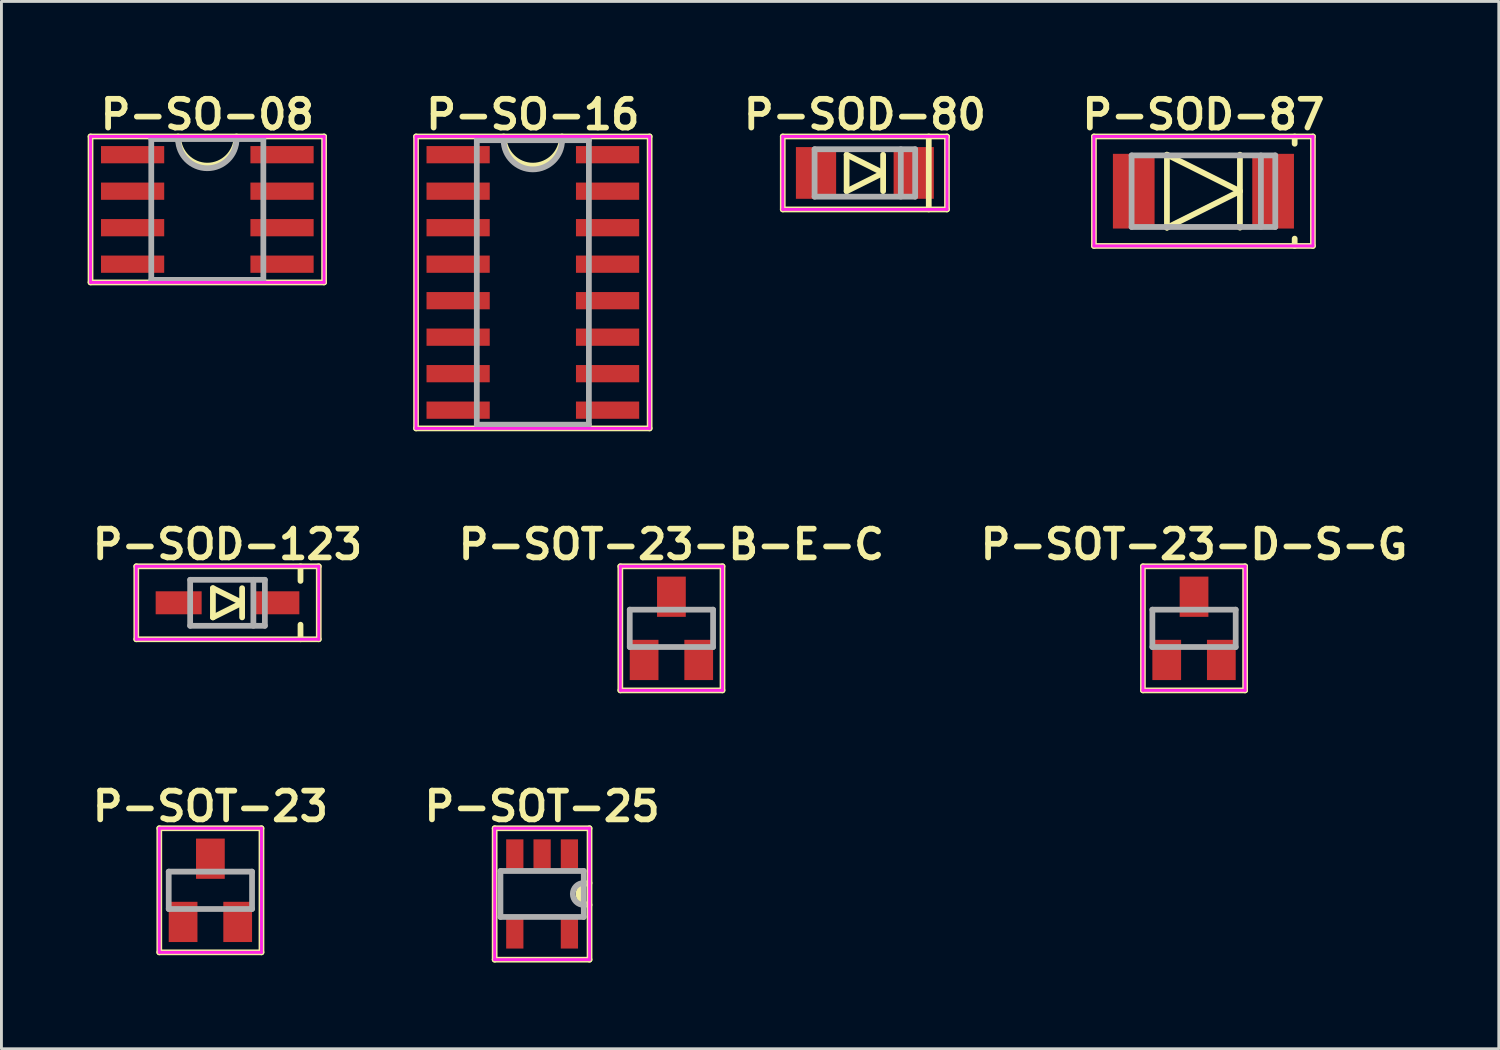
<source format=kicad_pcb>
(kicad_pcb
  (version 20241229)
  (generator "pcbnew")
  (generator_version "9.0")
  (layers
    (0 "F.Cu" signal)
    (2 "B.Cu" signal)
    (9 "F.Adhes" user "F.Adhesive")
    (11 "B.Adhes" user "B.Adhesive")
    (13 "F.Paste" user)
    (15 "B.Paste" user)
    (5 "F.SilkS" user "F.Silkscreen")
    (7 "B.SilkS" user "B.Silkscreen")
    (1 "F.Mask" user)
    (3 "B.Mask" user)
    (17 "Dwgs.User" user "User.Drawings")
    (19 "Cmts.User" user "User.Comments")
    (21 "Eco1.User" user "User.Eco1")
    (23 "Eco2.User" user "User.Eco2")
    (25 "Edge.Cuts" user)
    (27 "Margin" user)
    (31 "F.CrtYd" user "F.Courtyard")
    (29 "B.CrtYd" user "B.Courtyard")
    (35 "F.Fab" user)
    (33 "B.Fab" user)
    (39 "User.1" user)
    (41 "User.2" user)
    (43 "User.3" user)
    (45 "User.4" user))
  (footprint "P-SOT-23"
    (layer "F.Cu")
    (at 4.271 27.931)
    (property "Reference" "P-SOT-23" (at 0 -2.921 0) (layer "F.SilkS") (effects (font (size 1 1) (thickness 0.2))))
    (attr through_hole)
    (fp_line (start -1.778 2.159) (end -1.778 -2.159) (stroke (width 0.2) (type solid)) (layer "F.SilkS"))
    (fp_line (start -1.778 2.159) (end 1.778 2.159) (stroke (width 0.2) (type solid)) (layer "F.SilkS"))
    (fp_line (start 1.778 -2.159) (end -1.778 -2.159) (stroke (width 0.2) (type solid)) (layer "F.SilkS"))
    (fp_line (start 1.778 -2.159) (end 1.778 2.159) (stroke (width 0.2) (type solid)) (layer "F.SilkS"))
    (fp_line (start -1.778 -2.159) (end 1.778 -2.159) (stroke (width 0.1) (type solid)) (layer "F.CrtYd"))
    (fp_line (start -1.778 2.159) (end -1.778 -2.159) (stroke (width 0.1) (type solid)) (layer "F.CrtYd"))
    (fp_line (start 1.778 -2.159) (end 1.778 2.159) (stroke (width 0.1) (type solid)) (layer "F.CrtYd"))
    (fp_line (start 1.778 2.159) (end -1.778 2.159) (stroke (width 0.1) (type solid)) (layer "F.CrtYd"))
    (fp_line (start -1.45 -0.65) (end -1.45 0.65) (stroke (width 0.2) (type solid)) (layer "F.Fab"))
    (fp_line (start -1.45 -0.65) (end 1.45 -0.65) (stroke (width 0.2) (type solid)) (layer "F.Fab"))
    (fp_line (start -1.45 0.65) (end 1.45 0.65) (stroke (width 0.2) (type solid)) (layer "F.Fab"))
    (fp_line (start 1.45 -0.65) (end 1.45 0.65) (stroke (width 0.2) (type solid)) (layer "F.Fab"))
    (pad "B" smd rect (at -0.95 1.1) (size 1 1.4) (layers "F.Cu" "F.Mask"))
    (pad "C" smd rect (at 0 -1.1) (size 1 1.4) (layers "F.Cu" "F.Mask"))
    (pad "E" smd rect (at 0.95 1.1) (size 1 1.4) (layers "F.Cu" "F.Mask")))
  (footprint "P-SO-16"
    (layer "F.Cu")
    (at 15.492 6.778)
    (property "Reference" "P-SO-16" (at 0 -5.842 0) (layer "F.SilkS") (effects (font (size 1 1) (thickness 0.2))))
    (attr through_hole)
    (fp_line (start -4.064 -5.08) (end -4.064 5.08) (stroke (width 0.2) (type solid)) (layer "F.SilkS"))
    (fp_line (start -4.064 -5.08) (end 4.064 -5.08) (stroke (width 0.2) (type solid)) (layer "F.SilkS"))
    (fp_line (start 4.064 -5.08) (end 4.064 5.08) (stroke (width 0.2) (type solid)) (layer "F.SilkS"))
    (fp_line (start 4.064 5.08) (end -4.064 5.08) (stroke (width 0.2) (type solid)) (layer "F.SilkS"))
    (fp_arc (start 1.016 -5.08) (mid 0 -4.064) (end -1.016 -5.08) (stroke (width 0.2) (type solid)) (layer "F.SilkS"))
    (fp_line (start -4.064 -5.08) (end -4.064 5.08) (stroke (width 0.1) (type solid)) (layer "F.CrtYd"))
    (fp_line (start -4.064 -5.08) (end 4.064 -5.08) (stroke (width 0.1) (type solid)) (layer "F.CrtYd"))
    (fp_line (start -4.064 5.08) (end 4.064 5.08) (stroke (width 0.1) (type solid)) (layer "F.CrtYd"))
    (fp_line (start 4.064 -5.08) (end 4.064 5.08) (stroke (width 0.1) (type solid)) (layer "F.CrtYd"))
    (fp_line (start -1.95 -4.95) (end -1.95 4.95) (stroke (width 0.2) (type solid)) (layer "F.Fab"))
    (fp_line (start -1.95 -4.95) (end 1.95 -4.95) (stroke (width 0.2) (type solid)) (layer "F.Fab"))
    (fp_line (start -1.95 4.95) (end 1.95 4.95) (stroke (width 0.2) (type solid)) (layer "F.Fab"))
    (fp_line (start 1.95 -4.95) (end 1.95 4.95) (stroke (width 0.2) (type solid)) (layer "F.Fab"))
    (fp_arc (start 1.016 -4.95) (mid 0 -3.934) (end -1.016 -4.95) (stroke (width 0.2) (type solid)) (layer "F.Fab"))
    (pad "1" smd rect (at -2.6 -4.445) (size 2.2 0.6) (layers "F.Cu" "F.Mask"))
    (pad "2" smd rect (at -2.6 -3.175) (size 2.2 0.6) (layers "F.Cu" "F.Mask"))
    (pad "3" smd rect (at -2.6 -1.905) (size 2.2 0.6) (layers "F.Cu" "F.Mask"))
    (pad "4" smd rect (at -2.6 -0.635) (size 2.2 0.6) (layers "F.Cu" "F.Mask"))
    (pad "5" smd rect (at -2.6 0.635) (size 2.2 0.6) (layers "F.Cu" "F.Mask"))
    (pad "6" smd rect (at -2.6 1.905) (size 2.2 0.6) (layers "F.Cu" "F.Mask"))
    (pad "7" smd rect (at -2.6 3.175) (size 2.2 0.6) (layers "F.Cu" "F.Mask"))
    (pad "8" smd rect (at -2.6 4.445) (size 2.2 0.6) (layers "F.Cu" "F.Mask"))
    (pad "9" smd rect (at 2.6 4.445) (size 2.2 0.6) (layers "F.Cu" "F.Mask"))
    (pad "10" smd rect (at 2.6 3.175) (size 2.2 0.6) (layers "F.Cu" "F.Mask"))
    (pad "11" smd rect (at 2.6 1.905) (size 2.2 0.6) (layers "F.Cu" "F.Mask"))
    (pad "12" smd rect (at 2.6 0.635) (size 2.2 0.6) (layers "F.Cu" "F.Mask"))
    (pad "13" smd rect (at 2.6 -0.635) (size 2.2 0.6) (layers "F.Cu" "F.Mask"))
    (pad "14" smd rect (at 2.6 -1.905) (size 2.2 0.6) (layers "F.Cu" "F.Mask"))
    (pad "15" smd rect (at 2.6 -3.175) (size 2.2 0.6) (layers "F.Cu" "F.Mask"))
    (pad "16" smd rect (at 2.6 -4.445) (size 2.2 0.6) (layers "F.Cu" "F.Mask")))
  (footprint "P-SOT-23-D-S-G"
    (layer "F.Cu")
    (at 38.5 18.815)
    (property "Reference" "P-SOT-23-D-S-G" (at 0 -2.921 0) (layer "F.SilkS") (effects (font (size 1 1) (thickness 0.2))))
    (attr through_hole)
    (fp_line (start -1.778 2.159) (end -1.778 -2.159) (stroke (width 0.2) (type solid)) (layer "F.SilkS"))
    (fp_line (start -1.778 2.159) (end 1.778 2.159) (stroke (width 0.2) (type solid)) (layer "F.SilkS"))
    (fp_line (start 1.778 -2.159) (end -1.778 -2.159) (stroke (width 0.2) (type solid)) (layer "F.SilkS"))
    (fp_line (start 1.778 -2.159) (end 1.778 2.159) (stroke (width 0.2) (type solid)) (layer "F.SilkS"))
    (fp_line (start -1.778 -2.159) (end 1.778 -2.159) (stroke (width 0.1) (type solid)) (layer "F.CrtYd"))
    (fp_line (start -1.778 2.159) (end -1.778 -2.159) (stroke (width 0.1) (type solid)) (layer "F.CrtYd"))
    (fp_line (start 1.778 -2.159) (end 1.778 2.159) (stroke (width 0.1) (type solid)) (layer "F.CrtYd"))
    (fp_line (start 1.778 2.159) (end -1.778 2.159) (stroke (width 0.1) (type solid)) (layer "F.CrtYd"))
    (fp_line (start -1.45 -0.65) (end -1.45 0.65) (stroke (width 0.2) (type solid)) (layer "F.Fab"))
    (fp_line (start -1.45 -0.65) (end 1.45 -0.65) (stroke (width 0.2) (type solid)) (layer "F.Fab"))
    (fp_line (start -1.45 0.65) (end 1.45 0.65) (stroke (width 0.2) (type solid)) (layer "F.Fab"))
    (fp_line (start 1.45 -0.65) (end 1.45 0.65) (stroke (width 0.2) (type solid)) (layer "F.Fab"))
    (pad "D" smd rect (at -0.95 1.1) (size 1 1.4) (layers "F.Cu" "F.Mask"))
    (pad "G" smd rect (at 0 -1.1) (size 1 1.4) (layers "F.Cu" "F.Mask"))
    (pad "S" smd rect (at 0.95 1.1) (size 1 1.4) (layers "F.Cu" "F.Mask")))
  (footprint "P-SOT-23-B-E-C"
    (layer "F.Cu")
    (at 20.314 18.815)
    (property "Reference" "P-SOT-23-B-E-C" (at 0 -2.921 0) (layer "F.SilkS") (effects (font (size 1 1) (thickness 0.2))))
    (attr through_hole)
    (fp_line (start -1.778 2.159) (end -1.778 -2.159) (stroke (width 0.2) (type solid)) (layer "F.SilkS"))
    (fp_line (start -1.778 2.159) (end 1.778 2.159) (stroke (width 0.2) (type solid)) (layer "F.SilkS"))
    (fp_line (start 1.778 -2.159) (end -1.778 -2.159) (stroke (width 0.2) (type solid)) (layer "F.SilkS"))
    (fp_line (start 1.778 -2.159) (end 1.778 2.159) (stroke (width 0.2) (type solid)) (layer "F.SilkS"))
    (fp_line (start -1.778 -2.159) (end 1.778 -2.159) (stroke (width 0.1) (type solid)) (layer "F.CrtYd"))
    (fp_line (start -1.778 2.159) (end -1.778 -2.159) (stroke (width 0.1) (type solid)) (layer "F.CrtYd"))
    (fp_line (start 1.778 -2.159) (end 1.778 2.159) (stroke (width 0.1) (type solid)) (layer "F.CrtYd"))
    (fp_line (start 1.778 2.159) (end -1.778 2.159) (stroke (width 0.1) (type solid)) (layer "F.CrtYd"))
    (fp_line (start -1.45 -0.65) (end -1.45 0.65) (stroke (width 0.2) (type solid)) (layer "F.Fab"))
    (fp_line (start -1.45 -0.65) (end 1.45 -0.65) (stroke (width 0.2) (type solid)) (layer "F.Fab"))
    (fp_line (start -1.45 0.65) (end 1.45 0.65) (stroke (width 0.2) (type solid)) (layer "F.Fab"))
    (fp_line (start 1.45 -0.65) (end 1.45 0.65) (stroke (width 0.2) (type solid)) (layer "F.Fab"))
    (pad "B" smd rect (at -0.95 1.1) (size 1 1.4) (layers "F.Cu" "F.Mask"))
    (pad "C" smd rect (at 0 -1.1) (size 1 1.4) (layers "F.Cu" "F.Mask"))
    (pad "E" smd rect (at 0.95 1.1) (size 1 1.4) (layers "F.Cu" "F.Mask")))
  (footprint "P-SO-08"
    (layer "F.Cu")
    (at 4.164 4.238)
    (property "Reference" "P-SO-08" (at 0 -3.302 0) (layer "F.SilkS") (effects (font (size 1 1) (thickness 0.2))))
    (attr through_hole)
    (fp_line (start -4.064 -2.54) (end -4.064 2.54) (stroke (width 0.2) (type solid)) (layer "F.SilkS"))
    (fp_line (start -4.064 -2.54) (end 4.064 -2.54) (stroke (width 0.2) (type solid)) (layer "F.SilkS"))
    (fp_line (start 4.064 -2.54) (end 4.064 2.54) (stroke (width 0.2) (type solid)) (layer "F.SilkS"))
    (fp_line (start 4.064 2.54) (end -4.064 2.54) (stroke (width 0.2) (type solid)) (layer "F.SilkS"))
    (fp_arc (start 1.016 -2.54) (mid 0 -1.524) (end -1.016 -2.54) (stroke (width 0.2) (type solid)) (layer "F.SilkS"))
    (fp_line (start -4.064 -2.54) (end -4.064 2.54) (stroke (width 0.1) (type solid)) (layer "F.CrtYd"))
    (fp_line (start -4.064 -2.54) (end 4.064 -2.54) (stroke (width 0.1) (type solid)) (layer "F.CrtYd"))
    (fp_line (start -4.064 2.54) (end 4.064 2.54) (stroke (width 0.1) (type solid)) (layer "F.CrtYd"))
    (fp_line (start 4.064 -2.54) (end 4.064 2.54) (stroke (width 0.1) (type solid)) (layer "F.CrtYd"))
    (fp_line (start -1.95 -2.45) (end -1.95 2.45) (stroke (width 0.2) (type solid)) (layer "F.Fab"))
    (fp_line (start -1.95 -2.45) (end 1.95 -2.45) (stroke (width 0.2) (type solid)) (layer "F.Fab"))
    (fp_line (start -1.95 2.45) (end 1.95 2.45) (stroke (width 0.2) (type solid)) (layer "F.Fab"))
    (fp_line (start 1.95 -2.45) (end 1.95 2.45) (stroke (width 0.2) (type solid)) (layer "F.Fab"))
    (fp_arc (start 1.016 -2.45) (mid 0 -1.434) (end -1.016 -2.45) (stroke (width 0.2) (type solid)) (layer "F.Fab"))
    (pad "1" smd rect (at -2.6 -1.905) (size 2.2 0.6) (layers "F.Cu" "F.Mask"))
    (pad "2" smd rect (at -2.6 -0.635) (size 2.2 0.6) (layers "F.Cu" "F.Mask"))
    (pad "3" smd rect (at -2.6 0.635) (size 2.2 0.6) (layers "F.Cu" "F.Mask"))
    (pad "4" smd rect (at -2.6 1.905) (size 2.2 0.6) (layers "F.Cu" "F.Mask"))
    (pad "5" smd rect (at 2.6 1.905) (size 2.2 0.6) (layers "F.Cu" "F.Mask"))
    (pad "6" smd rect (at 2.6 0.635) (size 2.2 0.6) (layers "F.Cu" "F.Mask"))
    (pad "7" smd rect (at 2.6 -0.635) (size 2.2 0.6) (layers "F.Cu" "F.Mask"))
    (pad "8" smd rect (at 2.6 -1.905) (size 2.2 0.6) (layers "F.Cu" "F.Mask")))
  (footprint "P-SOD-87"
    (layer "F.Cu")
    (at 38.827 3.603)
    (property "Reference" "P-SOD-87" (at 0 -2.667 0) (layer "F.SilkS") (effects (font (size 1 1) (thickness 0.2))))
    (attr through_hole)
    (fp_line (start -3.81 -1.905) (end 3.81 -1.905) (stroke (width 0.2) (type solid)) (layer "F.SilkS"))
    (fp_line (start -3.81 1.905) (end -3.81 -1.905) (stroke (width 0.2) (type solid)) (layer "F.SilkS"))
    (fp_line (start -3.81 1.905) (end 3.81 1.905) (stroke (width 0.2) (type solid)) (layer "F.SilkS"))
    (fp_line (start -1.27 -1.27) (end -1.27 1.27) (stroke (width 0.2) (type solid)) (layer "F.SilkS"))
    (fp_line (start -1.27 1.27) (end 1.27 0) (stroke (width 0.2) (type solid)) (layer "F.SilkS"))
    (fp_line (start 1.27 -1.27) (end 1.27 1.27) (stroke (width 0.2) (type solid)) (layer "F.SilkS"))
    (fp_line (start 1.27 0) (end -1.27 -1.27) (stroke (width 0.2) (type solid)) (layer "F.SilkS"))
    (fp_line (start 3.175 -1.905) (end 3.175 -1.651) (stroke (width 0.2) (type solid)) (layer "F.SilkS"))
    (fp_line (start 3.175 1.651) (end 3.175 1.905) (stroke (width 0.2) (type solid)) (layer "F.SilkS"))
    (fp_line (start 3.81 -1.905) (end 3.81 1.905) (stroke (width 0.2) (type solid)) (layer "F.SilkS"))
    (fp_line (start -3.81 -1.905) (end -3.81 1.905) (stroke (width 0.1) (type solid)) (layer "F.CrtYd"))
    (fp_line (start -3.81 -1.905) (end 3.81 -1.905) (stroke (width 0.1) (type solid)) (layer "F.CrtYd"))
    (fp_line (start -3.81 1.905) (end 3.81 1.905) (stroke (width 0.1) (type solid)) (layer "F.CrtYd"))
    (fp_line (start 3.81 -1.905) (end 3.81 1.905) (stroke (width 0.1) (type solid)) (layer "F.CrtYd"))
    (fp_line (start -2.5 -1.245) (end -2.5 1.245) (stroke (width 0.2) (type solid)) (layer "F.Fab"))
    (fp_line (start -2.5 -1.245) (end 2.5 -1.245) (stroke (width 0.2) (type solid)) (layer "F.Fab"))
    (fp_line (start -2.5 1.245) (end 2.5 1.245) (stroke (width 0.2) (type solid)) (layer "F.Fab"))
    (fp_line (start 2 -1.245) (end 2 1.245) (stroke (width 0.2) (type solid)) (layer "F.Fab"))
    (fp_line (start 2.5 -1.245) (end 2.5 1.245) (stroke (width 0.2) (type solid)) (layer "F.Fab"))
    (pad "A" smd rect (at -2.425 0) (size 1.45 2.6) (layers "F.Cu" "F.Mask"))
    (pad "C" smd rect (at 2.425 0) (size 1.45 2.6) (layers "F.Cu" "F.Mask")))
  (footprint "P-SOD-123"
    (layer "F.Cu")
    (at 4.867 17.926)
    (property "Reference" "P-SOD-123" (at 0 -2.032 0) (layer "F.SilkS") (effects (font (size 1 1) (thickness 0.2))))
    (attr through_hole)
    (fp_line (start -3.175 -1.27) (end 3.175 -1.27) (stroke (width 0.2) (type solid)) (layer "F.SilkS"))
    (fp_line (start -3.175 1.27) (end -3.175 -1.27) (stroke (width 0.2) (type solid)) (layer "F.SilkS"))
    (fp_line (start -3.175 1.27) (end 3.175 1.27) (stroke (width 0.2) (type solid)) (layer "F.SilkS"))
    (fp_line (start -0.508 -0.508) (end -0.508 0.508) (stroke (width 0.2) (type solid)) (layer "F.SilkS"))
    (fp_line (start -0.508 0.508) (end 0.508 0) (stroke (width 0.2) (type solid)) (layer "F.SilkS"))
    (fp_line (start 0.508 -0.508) (end 0.508 0.508) (stroke (width 0.2) (type solid)) (layer "F.SilkS"))
    (fp_line (start 0.508 0) (end -0.508 -0.508) (stroke (width 0.2) (type solid)) (layer "F.SilkS"))
    (fp_line (start 2.54 -1.27) (end 2.54 -0.762) (stroke (width 0.2) (type solid)) (layer "F.SilkS"))
    (fp_line (start 2.54 0.762) (end 2.54 1.27) (stroke (width 0.2) (type solid)) (layer "F.SilkS"))
    (fp_line (start 3.175 -1.27) (end 3.175 1.27) (stroke (width 0.2) (type solid)) (layer "F.SilkS"))
    (fp_line (start -3.175 -1.27) (end -3.175 1.27) (stroke (width 0.1) (type solid)) (layer "F.CrtYd"))
    (fp_line (start -3.175 -1.27) (end 3.175 -1.27) (stroke (width 0.1) (type solid)) (layer "F.CrtYd"))
    (fp_line (start -3.175 1.27) (end 3.175 1.27) (stroke (width 0.1) (type solid)) (layer "F.CrtYd"))
    (fp_line (start 3.175 -1.27) (end 3.175 1.27) (stroke (width 0.1) (type solid)) (layer "F.CrtYd"))
    (fp_line (start -1.3 -0.8) (end -1.3 0.8) (stroke (width 0.2) (type solid)) (layer "F.Fab"))
    (fp_line (start -1.3 -0.8) (end 1.3 -0.8) (stroke (width 0.2) (type solid)) (layer "F.Fab"))
    (fp_line (start -1.3 0.8) (end 1.3 0.8) (stroke (width 0.2) (type solid)) (layer "F.Fab"))
    (fp_line (start 0.9 -0.8) (end 0.9 0.8) (stroke (width 0.2) (type solid)) (layer "F.Fab"))
    (fp_line (start 1.3 -0.8) (end 1.3 0.8) (stroke (width 0.2) (type solid)) (layer "F.Fab"))
    (pad "A" smd rect (at -1.7 0) (size 1.6 0.8) (layers "F.Cu" "F.Mask"))
    (pad "C" smd rect (at 1.7 0) (size 1.6 0.8) (layers "F.Cu" "F.Mask")))
  (footprint "P-SOD-80"
    (layer "F.Cu")
    (at 27.046 2.968)
    (property "Reference" "P-SOD-80" (at 0 -2.032 0) (layer "F.SilkS") (effects (font (size 1 1) (thickness 0.2))))
    (attr through_hole)
    (fp_line (start -2.857 -1.27) (end 2.857 -1.27) (stroke (width 0.2) (type solid)) (layer "F.SilkS"))
    (fp_line (start -2.857 1.27) (end -2.857 -1.27) (stroke (width 0.2) (type solid)) (layer "F.SilkS"))
    (fp_line (start -2.857 1.27) (end 2.857 1.27) (stroke (width 0.2) (type solid)) (layer "F.SilkS"))
    (fp_line (start -0.635 -0.635) (end -0.635 0.635) (stroke (width 0.2) (type solid)) (layer "F.SilkS"))
    (fp_line (start -0.635 0.635) (end 0.635 0) (stroke (width 0.2) (type solid)) (layer "F.SilkS"))
    (fp_line (start 0.635 -0.635) (end 0.635 0.635) (stroke (width 0.2) (type solid)) (layer "F.SilkS"))
    (fp_line (start 0.635 0) (end -0.635 -0.635) (stroke (width 0.2) (type solid)) (layer "F.SilkS"))
    (fp_line (start 2.223 -1.27) (end 2.223 1.27) (stroke (width 0.2) (type solid)) (layer "F.SilkS"))
    (fp_line (start 2.857 -1.27) (end 2.857 1.27) (stroke (width 0.2) (type solid)) (layer "F.SilkS"))
    (fp_line (start -2.857 -1.27) (end -2.857 1.27) (stroke (width 0.1) (type solid)) (layer "F.CrtYd"))
    (fp_line (start -2.857 -1.27) (end 2.857 -1.27) (stroke (width 0.1) (type solid)) (layer "F.CrtYd"))
    (fp_line (start -2.857 1.27) (end 2.857 1.27) (stroke (width 0.1) (type solid)) (layer "F.CrtYd"))
    (fp_line (start 2.857 -1.27) (end 2.857 1.27) (stroke (width 0.1) (type solid)) (layer "F.CrtYd"))
    (fp_line (start -1.75 -0.825) (end -1.75 0.825) (stroke (width 0.2) (type solid)) (layer "F.Fab"))
    (fp_line (start -1.75 -0.825) (end 1.75 -0.825) (stroke (width 0.2) (type solid)) (layer "F.Fab"))
    (fp_line (start -1.75 0.825) (end 1.75 0.825) (stroke (width 0.2) (type solid)) (layer "F.Fab"))
    (fp_line (start 1.25 -0.825) (end 1.25 0.825) (stroke (width 0.2) (type solid)) (layer "F.Fab"))
    (fp_line (start 1.75 -0.825) (end 1.75 0.825) (stroke (width 0.2) (type solid)) (layer "F.Fab"))
    (pad "A" smd rect (at -1.7 0) (size 1.4 1.8) (layers "F.Cu" "F.Mask"))
    (pad "C" smd rect (at 1.7 0) (size 1.4 1.8) (layers "F.Cu" "F.Mask")))
  (footprint "P-SOT-25"
    (layer "F.Cu")
    (at 15.814 28.058)
    (property "Reference" "P-SOT-25" (at 0 -3.048 0) (layer "F.SilkS") (effects (font (size 1 1) (thickness 0.2))))
    (attr through_hole)
    (fp_line (start -1.651 2.286) (end -1.651 -2.286) (stroke (width 0.2) (type solid)) (layer "F.SilkS"))
    (fp_line (start -1.651 2.286) (end 1.651 2.286) (stroke (width 0.2) (type solid)) (layer "F.SilkS"))
    (fp_line (start 1.651 -2.286) (end -1.651 -2.286) (stroke (width 0.2) (type solid)) (layer "F.SilkS"))
    (fp_line (start 1.651 -2.286) (end 1.651 2.286) (stroke (width 0.2) (type solid)) (layer "F.SilkS"))
    (fp_arc (start 1.651 0.381) (mid 1.27 0) (end 1.651 -0.381) (stroke (width 0.2) (type solid)) (layer "F.SilkS"))
    (fp_line (start -1.651 -2.286) (end 1.651 -2.286) (stroke (width 0.1) (type solid)) (layer "F.CrtYd"))
    (fp_line (start -1.651 2.286) (end -1.651 -2.286) (stroke (width 0.1) (type solid)) (layer "F.CrtYd"))
    (fp_line (start 1.651 -2.286) (end 1.651 2.286) (stroke (width 0.1) (type solid)) (layer "F.CrtYd"))
    (fp_line (start 1.651 2.286) (end -1.651 2.286) (stroke (width 0.1) (type solid)) (layer "F.CrtYd"))
    (fp_line (start -1.45 -0.8) (end -1.45 0.8) (stroke (width 0.2) (type solid)) (layer "F.Fab"))
    (fp_line (start -1.45 -0.8) (end 1.45 -0.8) (stroke (width 0.2) (type solid)) (layer "F.Fab"))
    (fp_line (start -1.45 0.8) (end 1.45 0.8) (stroke (width 0.2) (type solid)) (layer "F.Fab"))
    (fp_line (start 1.45 -0.8) (end 1.45 0.8) (stroke (width 0.2) (type solid)) (layer "F.Fab"))
    (fp_arc (start 1.45 0.381) (mid 1.069 0) (end 1.45 -0.381) (stroke (width 0.2) (type solid)) (layer "F.Fab"))
    (pad "1" smd rect (at 0.95 -1.35) (size 0.6 1.1) (layers "F.Cu" "F.Mask"))
    (pad "2" smd rect (at 0 -1.35) (size 0.6 1.1) (layers "F.Cu" "F.Mask"))
    (pad "3" smd rect (at -0.95 -1.35) (size 0.6 1.1) (layers "F.Cu" "F.Mask"))
    (pad "4" smd rect (at -0.95 1.35) (size 0.6 1.1) (layers "F.Cu" "F.Mask"))
    (pad "5" smd rect (at 0.95 1.35) (size 0.6 1.1) (layers "F.Cu" "F.Mask")))
  (gr_rect
    (start -3 -3)
    (end 49.105 33.444)
    (stroke (width 0.1) (type default))
    (fill no)
    (layer "Edge.Cuts")))
</source>
